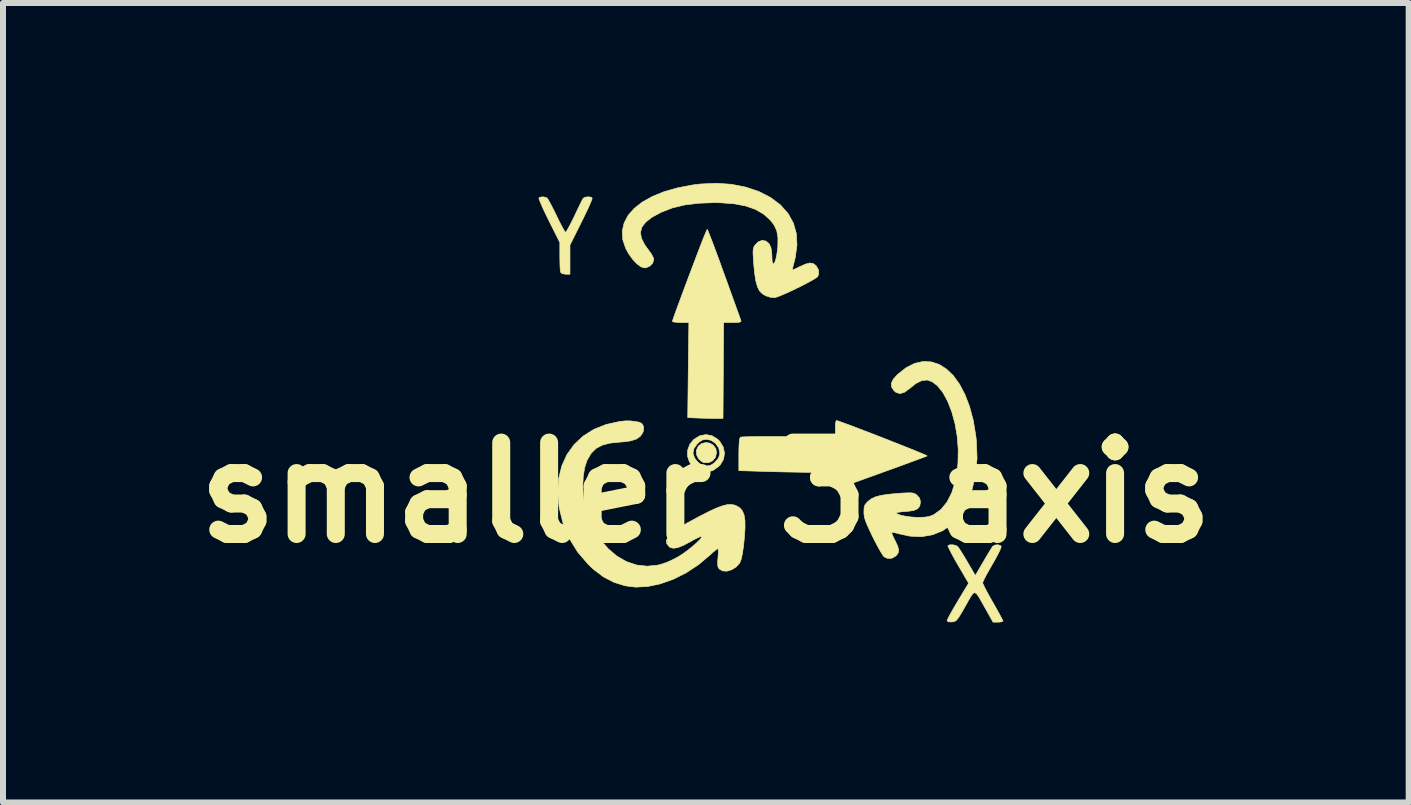
<source format=kicad_pcb>
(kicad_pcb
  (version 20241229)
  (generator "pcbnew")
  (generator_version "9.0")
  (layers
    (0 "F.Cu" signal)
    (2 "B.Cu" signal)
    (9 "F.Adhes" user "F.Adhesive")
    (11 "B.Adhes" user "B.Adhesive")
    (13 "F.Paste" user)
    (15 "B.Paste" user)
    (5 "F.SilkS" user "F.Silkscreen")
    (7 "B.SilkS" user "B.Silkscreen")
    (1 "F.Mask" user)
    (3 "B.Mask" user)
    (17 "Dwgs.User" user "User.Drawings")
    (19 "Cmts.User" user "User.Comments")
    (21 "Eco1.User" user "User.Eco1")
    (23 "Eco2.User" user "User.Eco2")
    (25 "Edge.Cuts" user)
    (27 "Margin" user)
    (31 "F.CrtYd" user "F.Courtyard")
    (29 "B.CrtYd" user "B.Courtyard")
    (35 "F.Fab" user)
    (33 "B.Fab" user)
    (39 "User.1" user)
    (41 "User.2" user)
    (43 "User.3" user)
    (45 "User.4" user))
  (footprint "smaller 3 axis"
    (layer "F.Cu")
    (at 8.716 5.162)
    (property "Reference" "smaller 3 axis" (at 0 0 0) (layer "F.SilkS") (effects (font (size 1.524 1.524) (thickness 0.3))))
    (attr through_hole)
    (fp_poly (pts (xy 0.067 -0.825) (xy 0.125 -0.79) (xy 0.166 -0.733) (xy 0.178 -0.667) (xy 0.16 -0.589) (xy 0.113 -0.531) (xy 0.047 -0.499) (xy -0.028 -0.5) (xy -0.064 -0.514) (xy -0.121 -0.563) (xy -0.155 -0.632) (xy -0.158 -0.704) (xy -0.158 -0.706) (xy -0.123 -0.777) (xy -0.067 -0.819) (xy -0.001 -0.835) (xy 0.067 -0.825)) (stroke (width 0.01) (type solid)) (fill yes) (layer "F.SilkS"))
    (fp_poly (pts (xy 0.102 -0.949) (xy 0.196 -0.891) (xy 0.231 -0.856) (xy 0.29 -0.76) (xy 0.311 -0.657) (xy 0.294 -0.555) (xy 0.239 -0.462) (xy 0.216 -0.439) (xy 0.119 -0.37) (xy 0.018 -0.342) (xy -0.088 -0.357) (xy -0.117 -0.368) (xy -0.211 -0.429) (xy -0.274 -0.512) (xy -0.306 -0.609) (xy -0.305 -0.657) (xy -0.215 -0.657) (xy -0.188 -0.578) (xy -0.14 -0.516) (xy -0.081 -0.468) (xy -0.025 -0.447) (xy 0.011 -0.445) (xy 0.073 -0.453) (xy 0.128 -0.486) (xy 0.161 -0.516) (xy 0.21 -0.575) (xy 0.23 -0.631) (xy 0.233 -0.667) (xy 0.213 -0.749) (xy 0.162 -0.82) (xy 0.091 -0.871) (xy 0.011 -0.889) (xy -0.051 -0.88) (xy -0.106 -0.848) (xy -0.14 -0.817) (xy -0.198 -0.737) (xy -0.215 -0.657) (xy -0.305 -0.657) (xy -0.303 -0.71) (xy -0.267 -0.807) (xy -0.2 -0.887) (xy -0.103 -0.947) (xy -0.00038 -0.968) (xy 0.102 -0.949)) (stroke (width 0.01) (type solid)) (fill yes) (layer "F.SilkS"))
    (fp_poly (pts (xy -1.917 -4.926) (xy -1.895 -4.912) (xy -1.9 -4.887) (xy -1.922 -4.832) (xy -1.958 -4.75) (xy -2.006 -4.649) (xy -2.062 -4.534) (xy -2.074 -4.51) (xy -2.265 -4.128) (xy -2.265 -3.641) (xy -2.337 -3.641) (xy -2.397 -3.651) (xy -2.421 -3.674) (xy -2.427 -3.708) (xy -2.431 -3.774) (xy -2.433 -3.862) (xy -2.434 -3.939) (xy -2.434 -4.17) (xy -2.615 -4.531) (xy -2.67 -4.644) (xy -2.718 -4.745) (xy -2.754 -4.828) (xy -2.777 -4.885) (xy -2.783 -4.911) (xy -2.783 -4.912) (xy -2.752 -4.928) (xy -2.702 -4.93) (xy -2.655 -4.916) (xy -2.65 -4.914) (xy -2.631 -4.889) (xy -2.599 -4.833) (xy -2.557 -4.754) (xy -2.509 -4.658) (xy -2.489 -4.616) (xy -2.441 -4.517) (xy -2.398 -4.435) (xy -2.364 -4.374) (xy -2.342 -4.342) (xy -2.337 -4.339) (xy -2.322 -4.359) (xy -2.292 -4.41) (xy -2.252 -4.485) (xy -2.206 -4.578) (xy -2.19 -4.611) (xy -2.143 -4.71) (xy -2.101 -4.797) (xy -2.068 -4.863) (xy -2.049 -4.901) (xy -2.046 -4.905) (xy -2.015 -4.924) (xy -1.965 -4.931) (xy -1.917 -4.926)) (stroke (width 0.01) (type solid)) (fill yes) (layer "F.SilkS"))
    (fp_poly (pts (xy 0.031 -4.373) (xy 0.053 -4.32) (xy 0.086 -4.236) (xy 0.128 -4.126) (xy 0.178 -3.992) (xy 0.234 -3.84) (xy 0.294 -3.673) (xy 0.303 -3.649) (xy 0.365 -3.479) (xy 0.422 -3.32) (xy 0.473 -3.179) (xy 0.516 -3.058) (xy 0.551 -2.963) (xy 0.574 -2.898) (xy 0.585 -2.868) (xy 0.586 -2.867) (xy 0.584 -2.851) (xy 0.56 -2.841) (xy 0.506 -2.837) (xy 0.447 -2.836) (xy 0.297 -2.836) (xy 0.291 -2.037) (xy 0.286 -1.238) (xy 0.18 -1.237) (xy 0.108 -1.237) (xy 0.012 -1.239) (xy -0.09 -1.242) (xy -0.114 -1.243) (xy -0.302 -1.251) (xy -0.293 -2.043) (xy -0.283 -2.836) (xy -0.416 -2.836) (xy -0.486 -2.839) (xy -0.537 -2.845) (xy -0.557 -2.852) (xy -0.552 -2.874) (xy -0.533 -2.93) (xy -0.503 -3.015) (xy -0.463 -3.124) (xy -0.416 -3.251) (xy -0.364 -3.392) (xy -0.308 -3.541) (xy -0.251 -3.692) (xy -0.195 -3.841) (xy -0.141 -3.982) (xy -0.092 -4.111) (xy -0.049 -4.221) (xy -0.014 -4.307) (xy 0.01 -4.365) (xy 0.022 -4.389) (xy 0.022 -4.389) (xy 0.031 -4.373)) (stroke (width 0.01) (type solid)) (fill yes) (layer "F.SilkS"))
    (fp_poly (pts (xy 2.185 -1.202) (xy 2.263 -1.174) (xy 2.366 -1.137) (xy 2.489 -1.091) (xy 2.626 -1.038) (xy 2.772 -0.982) (xy 2.924 -0.923) (xy 3.074 -0.864) (xy 3.219 -0.807) (xy 3.353 -0.754) (xy 3.472 -0.706) (xy 3.569 -0.666) (xy 3.641 -0.636) (xy 3.681 -0.617) (xy 3.688 -0.612) (xy 3.667 -0.603) (xy 3.61 -0.582) (xy 3.525 -0.55) (xy 3.416 -0.51) (xy 3.288 -0.463) (xy 3.147 -0.411) (xy 2.999 -0.358) (xy 2.848 -0.303) (xy 2.7 -0.25) (xy 2.56 -0.199) (xy 2.434 -0.154) (xy 2.326 -0.116) (xy 2.243 -0.087) (xy 2.19 -0.069) (xy 2.172 -0.064) (xy 2.154 -0.075) (xy 2.152 -0.078) (xy 2.144 -0.105) (xy 2.139 -0.161) (xy 2.138 -0.215) (xy 2.138 -0.339) (xy 1.792 -0.339) (xy 1.656 -0.339) (xy 1.492 -0.342) (xy 1.315 -0.345) (xy 1.139 -0.349) (xy 0.998 -0.353) (xy 0.55 -0.367) (xy 0.55 -0.637) (xy 0.552 -0.762) (xy 0.557 -0.849) (xy 0.565 -0.902) (xy 0.577 -0.924) (xy 0.603 -0.928) (xy 0.667 -0.931) (xy 0.764 -0.933) (xy 0.888 -0.935) (xy 1.035 -0.935) (xy 1.2 -0.935) (xy 1.378 -0.934) (xy 1.381 -0.934) (xy 2.159 -0.927) (xy 2.159 -1.069) (xy 2.161 -1.149) (xy 2.169 -1.191) (xy 2.183 -1.203) (xy 2.185 -1.202)) (stroke (width 0.01) (type solid)) (fill yes) (layer "F.SilkS"))
    (fp_poly (pts (xy 4.168 0.881) (xy 4.198 0.899) (xy 4.22 0.928) (xy 4.258 0.986) (xy 4.306 1.064) (xy 4.36 1.154) (xy 4.36 1.155) (xy 4.492 1.381) (xy 4.626 1.151) (xy 4.679 1.061) (xy 4.726 0.983) (xy 4.762 0.925) (xy 4.782 0.895) (xy 4.783 0.894) (xy 4.822 0.873) (xy 4.871 0.869) (xy 4.912 0.883) (xy 4.923 0.897) (xy 4.917 0.924) (xy 4.892 0.981) (xy 4.852 1.059) (xy 4.801 1.152) (xy 4.774 1.198) (xy 4.718 1.296) (xy 4.67 1.382) (xy 4.635 1.451) (xy 4.616 1.494) (xy 4.614 1.503) (xy 4.625 1.532) (xy 4.653 1.59) (xy 4.695 1.67) (xy 4.748 1.766) (xy 4.784 1.828) (xy 4.841 1.929) (xy 4.89 2.017) (xy 4.927 2.086) (xy 4.949 2.129) (xy 4.953 2.14) (xy 4.934 2.152) (xy 4.888 2.159) (xy 4.87 2.159) (xy 4.788 2.159) (xy 4.66 1.931) (xy 4.594 1.814) (xy 4.546 1.731) (xy 4.51 1.682) (xy 4.48 1.667) (xy 4.451 1.683) (xy 4.416 1.732) (xy 4.371 1.811) (xy 4.328 1.888) (xy 4.269 1.991) (xy 4.226 2.062) (xy 4.193 2.109) (xy 4.167 2.135) (xy 4.142 2.149) (xy 4.112 2.154) (xy 4.1 2.155) (xy 4.043 2.154) (xy 4.022 2.137) (xy 4.022 2.134) (xy 4.033 2.104) (xy 4.065 2.042) (xy 4.117 1.949) (xy 4.188 1.828) (xy 4.275 1.683) (xy 4.341 1.575) (xy 4.38 1.51) (xy 4.203 1.206) (xy 4.144 1.104) (xy 4.095 1.014) (xy 4.059 0.943) (xy 4.038 0.898) (xy 4.035 0.884) (xy 4.065 0.87) (xy 4.116 0.869) (xy 4.168 0.881)) (stroke (width 0.01) (type solid)) (fill yes) (layer "F.SilkS"))
    (fp_poly (pts (xy 3.757 -2.18) (xy 3.888 -2.138) (xy 4.011 -2.06) (xy 4.126 -1.95) (xy 4.229 -1.807) (xy 4.32 -1.634) (xy 4.397 -1.432) (xy 4.458 -1.203) (xy 4.5 -0.948) (xy 4.509 -0.87) (xy 4.521 -0.572) (xy 4.494 -0.289) (xy 4.43 -0.022) (xy 4.338 0.206) (xy 4.23 0.384) (xy 4.1 0.527) (xy 3.95 0.633) (xy 3.781 0.702) (xy 3.597 0.734) (xy 3.399 0.725) (xy 3.216 0.685) (xy 3.154 0.669) (xy 3.11 0.662) (xy 3.097 0.663) (xy 3.102 0.685) (xy 3.122 0.734) (xy 3.152 0.795) (xy 3.196 0.886) (xy 3.214 0.953) (xy 3.206 1.005) (xy 3.173 1.05) (xy 3.168 1.055) (xy 3.1 1.094) (xy 3.025 1.095) (xy 2.973 1.071) (xy 2.95 1.043) (xy 2.913 0.983) (xy 2.866 0.9) (xy 2.814 0.801) (xy 2.783 0.739) (xy 2.726 0.62) (xy 2.685 0.529) (xy 2.658 0.461) (xy 2.643 0.406) (xy 2.636 0.357) (xy 2.635 0.322) (xy 2.638 0.252) (xy 2.652 0.205) (xy 2.684 0.164) (xy 2.71 0.14) (xy 2.762 0.101) (xy 2.827 0.071) (xy 2.911 0.048) (xy 3.021 0.03) (xy 3.163 0.016) (xy 3.249 0.009) (xy 3.347 0.004) (xy 3.413 0.003) (xy 3.457 0.008) (xy 3.488 0.02) (xy 3.518 0.041) (xy 3.519 0.042) (xy 3.565 0.095) (xy 3.577 0.157) (xy 3.566 0.223) (xy 3.531 0.268) (xy 3.465 0.297) (xy 3.364 0.312) (xy 3.332 0.314) (xy 3.256 0.32) (xy 3.201 0.328) (xy 3.176 0.337) (xy 3.175 0.338) (xy 3.195 0.357) (xy 3.247 0.376) (xy 3.323 0.392) (xy 3.413 0.405) (xy 3.507 0.412) (xy 3.545 0.412) (xy 3.647 0.409) (xy 3.722 0.397) (xy 3.784 0.375) (xy 3.801 0.366) (xy 3.921 0.279) (xy 4.021 0.156) (xy 4.101 -0.002) (xy 4.159 -0.193) (xy 4.195 -0.415) (xy 4.203 -0.504) (xy 4.207 -0.72) (xy 4.19 -0.936) (xy 4.154 -1.146) (xy 4.101 -1.342) (xy 4.033 -1.518) (xy 3.953 -1.667) (xy 3.861 -1.781) (xy 3.858 -1.784) (xy 3.773 -1.849) (xy 3.688 -1.878) (xy 3.599 -1.868) (xy 3.503 -1.821) (xy 3.394 -1.734) (xy 3.392 -1.733) (xy 3.309 -1.672) (xy 3.236 -1.651) (xy 3.17 -1.671) (xy 3.136 -1.7) (xy 3.096 -1.761) (xy 3.092 -1.824) (xy 3.126 -1.893) (xy 3.198 -1.972) (xy 3.34 -2.084) (xy 3.481 -2.155) (xy 3.621 -2.186) (xy 3.757 -2.18)) (stroke (width 0.01) (type solid)) (fill yes) (layer "F.SilkS"))
    (fp_poly (pts (xy 0.426 -5.14) (xy 0.665 -5.093) (xy 0.883 -5.02) (xy 1.077 -4.921) (xy 1.241 -4.798) (xy 1.244 -4.795) (xy 1.372 -4.651) (xy 1.46 -4.491) (xy 1.509 -4.315) (xy 1.519 -4.124) (xy 1.49 -3.917) (xy 1.482 -3.884) (xy 1.462 -3.806) (xy 1.447 -3.746) (xy 1.44 -3.714) (xy 1.439 -3.711) (xy 1.457 -3.716) (xy 1.502 -3.736) (xy 1.565 -3.767) (xy 1.566 -3.767) (xy 1.662 -3.81) (xy 1.733 -3.828) (xy 1.788 -3.82) (xy 1.834 -3.786) (xy 1.838 -3.782) (xy 1.878 -3.713) (xy 1.878 -3.637) (xy 1.865 -3.602) (xy 1.839 -3.581) (xy 1.783 -3.547) (xy 1.704 -3.503) (xy 1.608 -3.453) (xy 1.505 -3.402) (xy 1.402 -3.353) (xy 1.306 -3.31) (xy 1.225 -3.276) (xy 1.168 -3.256) (xy 1.153 -3.252) (xy 1.082 -3.255) (xy 0.999 -3.281) (xy 0.998 -3.282) (xy 0.94 -3.316) (xy 0.894 -3.364) (xy 0.86 -3.432) (xy 0.834 -3.525) (xy 0.814 -3.65) (xy 0.8 -3.79) (xy 0.792 -3.904) (xy 0.787 -3.985) (xy 0.788 -4.04) (xy 0.794 -4.078) (xy 0.806 -4.106) (xy 0.813 -4.118) (xy 0.871 -4.179) (xy 0.936 -4.205) (xy 1.002 -4.193) (xy 1.003 -4.192) (xy 1.055 -4.149) (xy 1.086 -4.081) (xy 1.1 -3.982) (xy 1.101 -3.936) (xy 1.105 -3.859) (xy 1.115 -3.819) (xy 1.131 -3.814) (xy 1.149 -3.839) (xy 1.167 -3.892) (xy 1.183 -3.968) (xy 1.196 -4.065) (xy 1.2 -4.106) (xy 1.202 -4.248) (xy 1.183 -4.362) (xy 1.14 -4.458) (xy 1.074 -4.544) (xy 0.96 -4.645) (xy 0.824 -4.723) (xy 0.663 -4.779) (xy 0.472 -4.815) (xy 0.247 -4.832) (xy 0.138 -4.834) (xy -0.125 -4.824) (xy -0.355 -4.795) (xy -0.559 -4.746) (xy -0.742 -4.675) (xy -0.75 -4.671) (xy -0.896 -4.592) (xy -1.001 -4.511) (xy -1.066 -4.427) (xy -1.09 -4.337) (xy -1.074 -4.24) (xy -1.02 -4.133) (xy -0.961 -4.052) (xy -0.91 -3.981) (xy -0.877 -3.92) (xy -0.868 -3.885) (xy -0.887 -3.824) (xy -0.936 -3.775) (xy -1.001 -3.748) (xy -1.024 -3.747) (xy -1.083 -3.765) (xy -1.151 -3.816) (xy -1.222 -3.892) (xy -1.289 -3.986) (xy -1.336 -4.072) (xy -1.385 -4.218) (xy -1.393 -4.359) (xy -1.363 -4.493) (xy -1.297 -4.62) (xy -1.195 -4.737) (xy -1.059 -4.844) (xy -0.892 -4.937) (xy -0.696 -5.017) (xy -0.471 -5.081) (xy -0.22 -5.129) (xy -0.087 -5.145) (xy 0.174 -5.157) (xy 0.426 -5.14)) (stroke (width 0.01) (type solid)) (fill yes) (layer "F.SilkS"))
    (fp_poly (pts (xy -1.173 -1.185) (xy -1.11 -1.174) (xy -1.06 -1.146) (xy -1.036 -1.092) (xy -1.042 -1.025) (xy -1.053 -0.997) (xy -1.096 -0.936) (xy -1.161 -0.892) (xy -1.254 -0.863) (xy -1.381 -0.846) (xy -1.439 -0.842) (xy -1.601 -0.825) (xy -1.729 -0.791) (xy -1.83 -0.737) (xy -1.909 -0.659) (xy -1.973 -0.552) (xy -1.984 -0.529) (xy -2.02 -0.417) (xy -2.043 -0.278) (xy -2.051 -0.125) (xy -2.045 0.03) (xy -2.025 0.162) (xy -1.961 0.391) (xy -1.871 0.598) (xy -1.76 0.779) (xy -1.63 0.933) (xy -1.484 1.057) (xy -1.325 1.149) (xy -1.156 1.206) (xy -0.979 1.226) (xy -0.799 1.208) (xy -0.721 1.187) (xy -0.634 1.155) (xy -0.535 1.109) (xy -0.449 1.062) (xy -0.375 1.014) (xy -0.296 0.956) (xy -0.22 0.895) (xy -0.152 0.835) (xy -0.1 0.784) (xy -0.071 0.746) (xy -0.068 0.73) (xy -0.091 0.733) (xy -0.142 0.755) (xy -0.211 0.79) (xy -0.251 0.813) (xy -0.374 0.879) (xy -0.47 0.917) (xy -0.543 0.927) (xy -0.598 0.911) (xy -0.614 0.899) (xy -0.652 0.849) (xy -0.657 0.795) (xy -0.627 0.736) (xy -0.562 0.67) (xy -0.459 0.596) (xy -0.318 0.51) (xy -0.274 0.486) (xy -0.096 0.39) (xy 0.05 0.315) (xy 0.17 0.26) (xy 0.267 0.223) (xy 0.346 0.202) (xy 0.411 0.197) (xy 0.468 0.204) (xy 0.514 0.222) (xy 0.57 0.257) (xy 0.611 0.307) (xy 0.638 0.376) (xy 0.652 0.468) (xy 0.653 0.589) (xy 0.643 0.742) (xy 0.628 0.891) (xy 0.61 1.013) (xy 0.59 1.108) (xy 0.567 1.167) (xy 0.564 1.173) (xy 0.504 1.24) (xy 0.429 1.286) (xy 0.35 1.309) (xy 0.278 1.304) (xy 0.224 1.272) (xy 0.205 1.244) (xy 0.197 1.206) (xy 0.197 1.146) (xy 0.203 1.079) (xy 0.209 0.992) (xy 0.206 0.945) (xy 0.195 0.934) (xy 0.169 0.952) (xy 0.123 0.991) (xy 0.07 1.039) (xy -0.121 1.2) (xy -0.326 1.335) (xy -0.539 1.442) (xy -0.755 1.519) (xy -0.967 1.564) (xy -1.17 1.575) (xy -1.344 1.553) (xy -1.531 1.495) (xy -1.704 1.406) (xy -1.871 1.28) (xy -1.959 1.197) (xy -2.136 0.991) (xy -2.275 0.766) (xy -2.378 0.52) (xy -2.444 0.253) (xy -2.447 0.234) (xy -2.469 -0.009) (xy -2.453 -0.237) (xy -2.401 -0.446) (xy -2.315 -0.635) (xy -2.196 -0.801) (xy -2.047 -0.941) (xy -1.869 -1.054) (xy -1.663 -1.136) (xy -1.441 -1.185) (xy -1.344 -1.196) (xy -1.262 -1.196) (xy -1.173 -1.185)) (stroke (width 0.01) (type solid)) (fill yes) (layer "F.SilkS")))
  (gr_rect
    (start -3 -3)
    (end 20.432 10.326)
    (stroke (width 0.1) (type default))
    (fill no)
    (layer "Edge.Cuts")))
</source>
